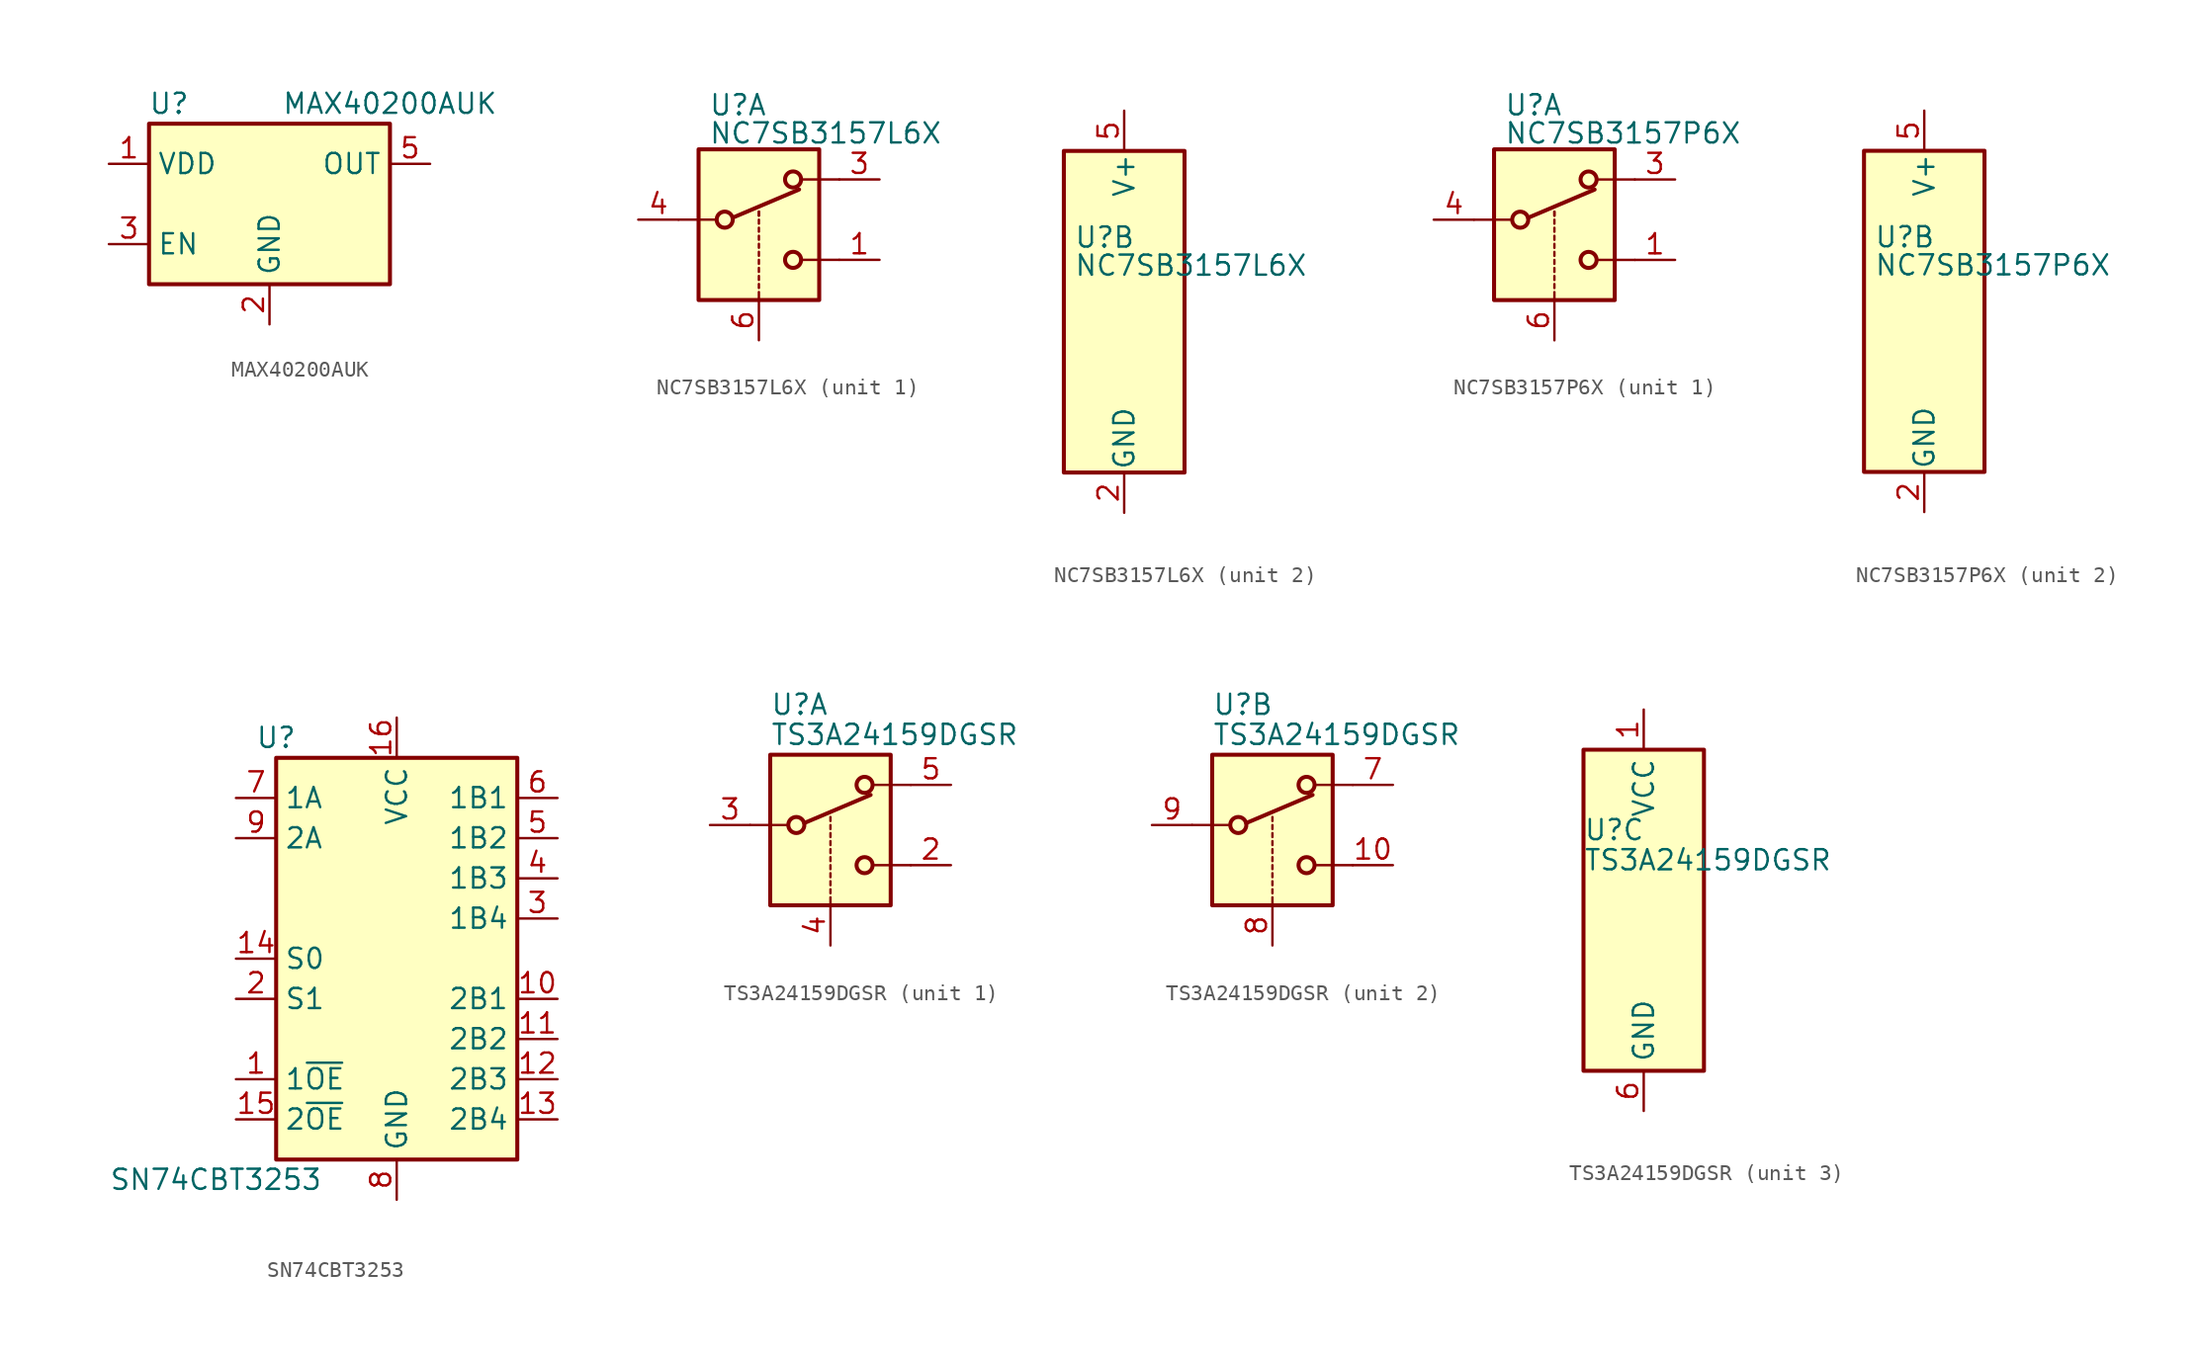
<source format=kicad_sym>
(kicad_symbol_lib
  (version 20211014)
  (generator kicad_symbol_editor)
  (symbol "MAX40200AUK"
    (property "Reference" "U"
      (at -6.35 6.35 0)
      (effects (font (size 1.27 1.27))))
    (property "Value" "MAX40200AUK"
      (at 7.62 6.35 0)
      (effects (font (size 1.27 1.27))))
    (symbol "MAX40200AUK_1_1"
      (rectangle (start -7.62 -5.08) (end 7.62 5.08) (stroke (width 0.254) (type default) (color 0 0 0 0)) (fill (type background)))
      (pin power_in line (at -10.16 2.54 0) (length 2.54) (name "VDD" (effects (font (size 1.27 1.27)))) (number "1" (effects (font (size 1.27 1.27)))))
      (pin power_in line (at 0 -7.62 90) (length 2.54) (name "GND" (effects (font (size 1.27 1.27)))) (number "2" (effects (font (size 1.27 1.27)))))
      (pin input line (at -10.16 -2.54 0) (length 2.54) (name "EN" (effects (font (size 1.27 1.27)))) (number "3" (effects (font (size 1.27 1.27)))))
      (pin no_connect line (at 7.62 -2.54 180) (length 2.54) hide (name "NC" (effects (font (size 1.27 1.27)))) (number "4" (effects (font (size 1.27 1.27)))))
      (pin passive line (at 10.16 2.54 180) (length 2.54) (name "OUT" (effects (font (size 1.27 1.27)))) (number "5" (effects (font (size 1.27 1.27)))))))
  (symbol "NC7SB3157L6X"
    (pin_names
      (offset 0.127))
    (property "Reference" "U"
      (at -3.175 4.699 0)
      (effects (font (size 1.27 1.27)) (justify left)))
    (property "Value" "NC7SB3157L6X"
      (at -3.175 2.921 0)
      (effects (font (size 1.27 1.27)) (justify left)))
    (symbol "NC7SB3157L6X_1_1"
      (rectangle (start -3.81 1.905) (end 3.81 -7.62) (stroke (width 0.254) (type default) (color 0 0 0 0)) (fill (type background)))
      (circle (center -2.159 -2.54) (radius 0.508) (stroke (width 0.254) (type default) (color 0 0 0 0)) (fill (type none)))
      (polyline (pts (xy -5.08 -2.54) (xy -2.794 -2.54)) (stroke (width 0) (type default) (color 0 0 0 0)) (fill (type none)))
      (polyline (pts (xy -1.651 -2.413) (xy 2.54 -0.635)) (stroke (width 0.254) (type default) (color 0 0 0 0)) (fill (type none)))
      (polyline (pts (xy 0 -7.62) (xy 0 -7.112)) (stroke (width 0) (type default) (color 0 0 0 0)) (fill (type none)))
      (polyline (pts (xy 0 -6.858) (xy 0 -6.604)) (stroke (width 0) (type default) (color 0 0 0 0)) (fill (type none)))
      (polyline (pts (xy 0 -6.35) (xy 0 -6.096)) (stroke (width 0) (type default) (color 0 0 0 0)) (fill (type none)))
      (polyline (pts (xy 0 -5.842) (xy 0 -5.588)) (stroke (width 0) (type default) (color 0 0 0 0)) (fill (type none)))
      (polyline (pts (xy 0 -5.334) (xy 0 -5.08)) (stroke (width 0) (type default) (color 0 0 0 0)) (fill (type none)))
      (polyline (pts (xy 0 -4.826) (xy 0 -4.572)) (stroke (width 0) (type default) (color 0 0 0 0)) (fill (type none)))
      (polyline (pts (xy 0 -4.318) (xy 0 -4.064)) (stroke (width 0) (type default) (color 0 0 0 0)) (fill (type none)))
      (polyline (pts (xy 0 -3.81) (xy 0 -3.556)) (stroke (width 0) (type default) (color 0 0 0 0)) (fill (type none)))
      (polyline (pts (xy 0 -3.302) (xy 0 -3.048)) (stroke (width 0) (type default) (color 0 0 0 0)) (fill (type none)))
      (polyline (pts (xy 0 -2.794) (xy 0 -2.54)) (stroke (width 0) (type default) (color 0 0 0 0)) (fill (type none)))
      (polyline (pts (xy 0 -2.286) (xy 0 -2.032)) (stroke (width 0) (type default) (color 0 0 0 0)) (fill (type none)))
      (polyline (pts (xy 0 -2.286) (xy 0 -2.032)) (stroke (width 0) (type default) (color 0 0 0 0)) (fill (type none)))
      (polyline (pts (xy 5.08 -5.08) (xy 2.794 -5.08)) (stroke (width 0) (type default) (color 0 0 0 0)) (fill (type none)))
      (polyline (pts (xy 5.08 0) (xy 2.794 0)) (stroke (width 0) (type default) (color 0 0 0 0)) (fill (type none)))
      (circle (center 2.159 -5.08) (radius 0.508) (stroke (width 0.254) (type default) (color 0 0 0 0)) (fill (type none)))
      (circle (center 2.159 0) (radius 0.508) (stroke (width 0.254) (type default) (color 0 0 0 0)) (fill (type none)))
      (pin passive line (at 7.62 -5.08 180) (length 2.54) (name "~" (effects (font (size 1.27 1.27)))) (number "1" (effects (font (size 1.27 1.27)))))
      (pin passive line (at 7.62 0 180) (length 2.54) (name "~" (effects (font (size 1.27 1.27)))) (number "3" (effects (font (size 1.27 1.27)))))
      (pin passive line (at -7.62 -2.54 0) (length 2.54) (name "~" (effects (font (size 1.27 1.27)))) (number "4" (effects (font (size 1.27 1.27)))))
      (pin input line (at 0 -10.16 90) (length 2.54) (name "~" (effects (font (size 1.27 1.27)))) (number "6" (effects (font (size 1.27 1.27))))))
    (symbol "NC7SB3157L6X_2_0"
      (pin power_in line (at 0 -12.7 90) (length 2.54) (name "GND" (effects (font (size 1.27 1.27)))) (number "2" (effects (font (size 1.27 1.27)))))
      (pin power_in line (at 0 12.7 270) (length 2.54) (name "V+" (effects (font (size 1.27 1.27)))) (number "5" (effects (font (size 1.27 1.27))))))
    (symbol "NC7SB3157L6X_2_1"
      (rectangle (start -3.81 10.16) (end 3.81 -10.16) (stroke (width 0.254) (type default) (color 0 0 0 0)) (fill (type background)))))
  (symbol "NC7SB3157P6X"
    (pin_names
      (offset 0.127))
    (property "Reference" "U"
      (at -3.175 4.699 0)
      (effects (font (size 1.27 1.27)) (justify left)))
    (property "Value" "NC7SB3157P6X"
      (at -3.175 2.921 0)
      (effects (font (size 1.27 1.27)) (justify left)))
    (symbol "NC7SB3157P6X_1_1"
      (rectangle (start -3.81 1.905) (end 3.81 -7.62) (stroke (width 0.254) (type default) (color 0 0 0 0)) (fill (type background)))
      (circle (center -2.159 -2.54) (radius 0.508) (stroke (width 0.254) (type default) (color 0 0 0 0)) (fill (type none)))
      (polyline (pts (xy -5.08 -2.54) (xy -2.794 -2.54)) (stroke (width 0) (type default) (color 0 0 0 0)) (fill (type none)))
      (polyline (pts (xy -1.651 -2.413) (xy 2.54 -0.635)) (stroke (width 0.254) (type default) (color 0 0 0 0)) (fill (type none)))
      (polyline (pts (xy 0 -7.62) (xy 0 -7.112)) (stroke (width 0) (type default) (color 0 0 0 0)) (fill (type none)))
      (polyline (pts (xy 0 -6.858) (xy 0 -6.604)) (stroke (width 0) (type default) (color 0 0 0 0)) (fill (type none)))
      (polyline (pts (xy 0 -6.35) (xy 0 -6.096)) (stroke (width 0) (type default) (color 0 0 0 0)) (fill (type none)))
      (polyline (pts (xy 0 -5.842) (xy 0 -5.588)) (stroke (width 0) (type default) (color 0 0 0 0)) (fill (type none)))
      (polyline (pts (xy 0 -5.334) (xy 0 -5.08)) (stroke (width 0) (type default) (color 0 0 0 0)) (fill (type none)))
      (polyline (pts (xy 0 -4.826) (xy 0 -4.572)) (stroke (width 0) (type default) (color 0 0 0 0)) (fill (type none)))
      (polyline (pts (xy 0 -4.318) (xy 0 -4.064)) (stroke (width 0) (type default) (color 0 0 0 0)) (fill (type none)))
      (polyline (pts (xy 0 -3.81) (xy 0 -3.556)) (stroke (width 0) (type default) (color 0 0 0 0)) (fill (type none)))
      (polyline (pts (xy 0 -3.302) (xy 0 -3.048)) (stroke (width 0) (type default) (color 0 0 0 0)) (fill (type none)))
      (polyline (pts (xy 0 -2.794) (xy 0 -2.54)) (stroke (width 0) (type default) (color 0 0 0 0)) (fill (type none)))
      (polyline (pts (xy 0 -2.286) (xy 0 -2.032)) (stroke (width 0) (type default) (color 0 0 0 0)) (fill (type none)))
      (polyline (pts (xy 0 -2.286) (xy 0 -2.032)) (stroke (width 0) (type default) (color 0 0 0 0)) (fill (type none)))
      (polyline (pts (xy 5.08 -5.08) (xy 2.794 -5.08)) (stroke (width 0) (type default) (color 0 0 0 0)) (fill (type none)))
      (polyline (pts (xy 5.08 0) (xy 2.794 0)) (stroke (width 0) (type default) (color 0 0 0 0)) (fill (type none)))
      (circle (center 2.159 -5.08) (radius 0.508) (stroke (width 0.254) (type default) (color 0 0 0 0)) (fill (type none)))
      (circle (center 2.159 0) (radius 0.508) (stroke (width 0.254) (type default) (color 0 0 0 0)) (fill (type none)))
      (pin passive line (at 7.62 -5.08 180) (length 2.54) (name "~" (effects (font (size 1.27 1.27)))) (number "1" (effects (font (size 1.27 1.27)))))
      (pin passive line (at 7.62 0 180) (length 2.54) (name "~" (effects (font (size 1.27 1.27)))) (number "3" (effects (font (size 1.27 1.27)))))
      (pin passive line (at -7.62 -2.54 0) (length 2.54) (name "~" (effects (font (size 1.27 1.27)))) (number "4" (effects (font (size 1.27 1.27)))))
      (pin input line (at 0 -10.16 90) (length 2.54) (name "~" (effects (font (size 1.27 1.27)))) (number "6" (effects (font (size 1.27 1.27))))))
    (symbol "NC7SB3157P6X_2_0"
      (pin power_in line (at 0 -12.7 90) (length 2.54) (name "GND" (effects (font (size 1.27 1.27)))) (number "2" (effects (font (size 1.27 1.27)))))
      (pin power_in line (at 0 12.7 270) (length 2.54) (name "V+" (effects (font (size 1.27 1.27)))) (number "5" (effects (font (size 1.27 1.27))))))
    (symbol "NC7SB3157P6X_2_1"
      (rectangle (start -3.81 10.16) (end 3.81 -10.16) (stroke (width 0.254) (type default) (color 0 0 0 0)) (fill (type background)))))
  (symbol "SN74CBT3253"
    (property "Reference" "U"
      (at -7.62 13.97 0)
      (effects (font (size 1.27 1.27))))
    (property "Value" "SN74CBT3253"
      (at -11.43 -13.97 0)
      (effects (font (size 1.27 1.27))))
    (symbol "SN74CBT3253_0_1"
      (rectangle (start -7.62 12.7) (end 7.62 -12.7) (stroke (width 0.254) (type default) (color 0 0 0 0)) (fill (type background)))
      (rectangle (start 7.62 -12.7) (end 7.62 -12.7) (stroke (width 0) (type default) (color 0 0 0 0)) (fill (type none))))
    (symbol "SN74CBT3253_1_1"
      (pin input line (at -10.16 -7.62 0) (length 2.54) (name "1~{OE}" (effects (font (size 1.27 1.27)))) (number "1" (effects (font (size 1.27 1.27)))))
      (pin bidirectional line (at 10.16 -2.54 180) (length 2.54) (name "2B1" (effects (font (size 1.27 1.27)))) (number "10" (effects (font (size 1.27 1.27)))))
      (pin bidirectional line (at 10.16 -5.08 180) (length 2.54) (name "2B2" (effects (font (size 1.27 1.27)))) (number "11" (effects (font (size 1.27 1.27)))))
      (pin bidirectional line (at 10.16 -7.62 180) (length 2.54) (name "2B3" (effects (font (size 1.27 1.27)))) (number "12" (effects (font (size 1.27 1.27)))))
      (pin bidirectional line (at 10.16 -10.16 180) (length 2.54) (name "2B4" (effects (font (size 1.27 1.27)))) (number "13" (effects (font (size 1.27 1.27)))))
      (pin input line (at -10.16 0 0) (length 2.54) (name "S0" (effects (font (size 1.27 1.27)))) (number "14" (effects (font (size 1.27 1.27)))))
      (pin input line (at -10.16 -10.16 0) (length 2.54) (name "2~{OE}" (effects (font (size 1.27 1.27)))) (number "15" (effects (font (size 1.27 1.27)))))
      (pin power_in line (at 0 15.24 270) (length 2.54) (name "VCC" (effects (font (size 1.27 1.27)))) (number "16" (effects (font (size 1.27 1.27)))))
      (pin input line (at -10.16 -2.54 0) (length 2.54) (name "S1" (effects (font (size 1.27 1.27)))) (number "2" (effects (font (size 1.27 1.27)))))
      (pin bidirectional line (at 10.16 2.54 180) (length 2.54) (name "1B4" (effects (font (size 1.27 1.27)))) (number "3" (effects (font (size 1.27 1.27)))))
      (pin bidirectional line (at 10.16 5.08 180) (length 2.54) (name "1B3" (effects (font (size 1.27 1.27)))) (number "4" (effects (font (size 1.27 1.27)))))
      (pin bidirectional line (at 10.16 7.62 180) (length 2.54) (name "1B2" (effects (font (size 1.27 1.27)))) (number "5" (effects (font (size 1.27 1.27)))))
      (pin bidirectional line (at 10.16 10.16 180) (length 2.54) (name "1B1" (effects (font (size 1.27 1.27)))) (number "6" (effects (font (size 1.27 1.27)))))
      (pin bidirectional line (at -10.16 10.16 0) (length 2.54) (name "1A" (effects (font (size 1.27 1.27)))) (number "7" (effects (font (size 1.27 1.27)))))
      (pin power_in line (at 0 -15.24 90) (length 2.54) (name "GND" (effects (font (size 1.27 1.27)))) (number "8" (effects (font (size 1.27 1.27)))))
      (pin bidirectional line (at -10.16 7.62 0) (length 2.54) (name "2A" (effects (font (size 1.27 1.27)))) (number "9" (effects (font (size 1.27 1.27)))))))
  (symbol "TS3A24159DGSR"
    (property "Reference" "U"
      (at -3.81 5.08 0)
      (effects (font (size 1.27 1.27)) (justify left)))
    (property "Value" "TS3A24159DGSR"
      (at -3.81 3.175 0)
      (effects (font (size 1.27 1.27)) (justify left)))
    (property "ki_locked" ""
      (at 0 0 0)
      (effects (font (size 1.27 1.27))))
    (symbol "TS3A24159DGSR_1_1"
      (rectangle (start -3.81 1.905) (end 3.81 -7.62) (stroke (width 0.254) (type default) (color 0 0 0 0)) (fill (type background)))
      (circle (center -2.159 -2.54) (radius 0.508) (stroke (width 0.254) (type default) (color 0 0 0 0)) (fill (type none)))
      (polyline (pts (xy -5.08 -2.54) (xy -2.794 -2.54)) (stroke (width 0) (type default) (color 0 0 0 0)) (fill (type none)))
      (polyline (pts (xy -1.651 -2.413) (xy 2.54 -0.635)) (stroke (width 0.254) (type default) (color 0 0 0 0)) (fill (type none)))
      (polyline (pts (xy 0 -7.62) (xy 0 -7.112)) (stroke (width 0) (type default) (color 0 0 0 0)) (fill (type none)))
      (polyline (pts (xy 0 -6.858) (xy 0 -6.604)) (stroke (width 0) (type default) (color 0 0 0 0)) (fill (type none)))
      (polyline (pts (xy 0 -6.35) (xy 0 -6.096)) (stroke (width 0) (type default) (color 0 0 0 0)) (fill (type none)))
      (polyline (pts (xy 0 -5.842) (xy 0 -5.588)) (stroke (width 0) (type default) (color 0 0 0 0)) (fill (type none)))
      (polyline (pts (xy 0 -5.334) (xy 0 -5.08)) (stroke (width 0) (type default) (color 0 0 0 0)) (fill (type none)))
      (polyline (pts (xy 0 -4.826) (xy 0 -4.572)) (stroke (width 0) (type default) (color 0 0 0 0)) (fill (type none)))
      (polyline (pts (xy 0 -4.318) (xy 0 -4.064)) (stroke (width 0) (type default) (color 0 0 0 0)) (fill (type none)))
      (polyline (pts (xy 0 -3.81) (xy 0 -3.556)) (stroke (width 0) (type default) (color 0 0 0 0)) (fill (type none)))
      (polyline (pts (xy 0 -3.302) (xy 0 -3.048)) (stroke (width 0) (type default) (color 0 0 0 0)) (fill (type none)))
      (polyline (pts (xy 0 -2.794) (xy 0 -2.54)) (stroke (width 0) (type default) (color 0 0 0 0)) (fill (type none)))
      (polyline (pts (xy 0 -2.286) (xy 0 -2.032)) (stroke (width 0) (type default) (color 0 0 0 0)) (fill (type none)))
      (polyline (pts (xy 5.08 -5.08) (xy 2.794 -5.08)) (stroke (width 0) (type default) (color 0 0 0 0)) (fill (type none)))
      (polyline (pts (xy 5.08 0) (xy 2.794 0)) (stroke (width 0) (type default) (color 0 0 0 0)) (fill (type none)))
      (circle (center 2.159 -5.08) (radius 0.508) (stroke (width 0.254) (type default) (color 0 0 0 0)) (fill (type none)))
      (circle (center 2.159 0) (radius 0.508) (stroke (width 0.254) (type default) (color 0 0 0 0)) (fill (type none)))
      (pin passive line (at 7.62 -5.08 180) (length 2.54) (name "~" (effects (font (size 1.27 1.27)))) (number "2" (effects (font (size 1.27 1.27)))))
      (pin passive line (at -7.62 -2.54 0) (length 2.54) (name "~" (effects (font (size 1.27 1.27)))) (number "3" (effects (font (size 1.27 1.27)))))
      (pin input line (at 0 -10.16 90) (length 2.54) (name "~" (effects (font (size 1.27 1.27)))) (number "4" (effects (font (size 1.27 1.27)))))
      (pin passive line (at 7.62 0 180) (length 2.54) (name "~" (effects (font (size 1.27 1.27)))) (number "5" (effects (font (size 1.27 1.27))))))
    (symbol "TS3A24159DGSR_2_1"
      (rectangle (start -3.81 1.905) (end 3.81 -7.62) (stroke (width 0.254) (type default) (color 0 0 0 0)) (fill (type background)))
      (circle (center -2.159 -2.54) (radius 0.508) (stroke (width 0.254) (type default) (color 0 0 0 0)) (fill (type none)))
      (polyline (pts (xy -5.08 -2.54) (xy -2.794 -2.54)) (stroke (width 0) (type default) (color 0 0 0 0)) (fill (type none)))
      (polyline (pts (xy -1.651 -2.413) (xy 2.54 -0.635)) (stroke (width 0.254) (type default) (color 0 0 0 0)) (fill (type none)))
      (polyline (pts (xy 0 -7.62) (xy 0 -7.112)) (stroke (width 0) (type default) (color 0 0 0 0)) (fill (type none)))
      (polyline (pts (xy 0 -6.858) (xy 0 -6.604)) (stroke (width 0) (type default) (color 0 0 0 0)) (fill (type none)))
      (polyline (pts (xy 0 -6.35) (xy 0 -6.096)) (stroke (width 0) (type default) (color 0 0 0 0)) (fill (type none)))
      (polyline (pts (xy 0 -5.842) (xy 0 -5.588)) (stroke (width 0) (type default) (color 0 0 0 0)) (fill (type none)))
      (polyline (pts (xy 0 -5.334) (xy 0 -5.08)) (stroke (width 0) (type default) (color 0 0 0 0)) (fill (type none)))
      (polyline (pts (xy 0 -4.826) (xy 0 -4.572)) (stroke (width 0) (type default) (color 0 0 0 0)) (fill (type none)))
      (polyline (pts (xy 0 -4.318) (xy 0 -4.064)) (stroke (width 0) (type default) (color 0 0 0 0)) (fill (type none)))
      (polyline (pts (xy 0 -3.81) (xy 0 -3.556)) (stroke (width 0) (type default) (color 0 0 0 0)) (fill (type none)))
      (polyline (pts (xy 0 -3.302) (xy 0 -3.048)) (stroke (width 0) (type default) (color 0 0 0 0)) (fill (type none)))
      (polyline (pts (xy 0 -2.794) (xy 0 -2.54)) (stroke (width 0) (type default) (color 0 0 0 0)) (fill (type none)))
      (polyline (pts (xy 0 -2.286) (xy 0 -2.032)) (stroke (width 0) (type default) (color 0 0 0 0)) (fill (type none)))
      (polyline (pts (xy 5.08 -5.08) (xy 2.794 -5.08)) (stroke (width 0) (type default) (color 0 0 0 0)) (fill (type none)))
      (polyline (pts (xy 5.08 0) (xy 2.794 0)) (stroke (width 0) (type default) (color 0 0 0 0)) (fill (type none)))
      (circle (center 2.159 -5.08) (radius 0.508) (stroke (width 0.254) (type default) (color 0 0 0 0)) (fill (type none)))
      (circle (center 2.159 0) (radius 0.508) (stroke (width 0.254) (type default) (color 0 0 0 0)) (fill (type none)))
      (pin passive line (at 7.62 -5.08 180) (length 2.54) (name "~" (effects (font (size 1.27 1.27)))) (number "10" (effects (font (size 1.27 1.27)))))
      (pin passive line (at 7.62 0 180) (length 2.54) (name "~" (effects (font (size 1.27 1.27)))) (number "7" (effects (font (size 1.27 1.27)))))
      (pin input line (at 0 -10.16 90) (length 2.54) (name "~" (effects (font (size 1.27 1.27)))) (number "8" (effects (font (size 1.27 1.27)))))
      (pin passive line (at -7.62 -2.54 0) (length 2.54) (name "~" (effects (font (size 1.27 1.27)))) (number "9" (effects (font (size 1.27 1.27))))))
    (symbol "TS3A24159DGSR_3_1"
      (rectangle (start -3.81 10.16) (end 3.81 -10.16) (stroke (width 0.254) (type default) (color 0 0 0 0)) (fill (type background)))
      (pin power_in line (at 0 12.7 270) (length 2.54) (name "VCC" (effects (font (size 1.27 1.27)))) (number "1" (effects (font (size 1.27 1.27)))))
      (pin power_in line (at 0 -12.7 90) (length 2.54) (name "GND" (effects (font (size 1.27 1.27)))) (number "6" (effects (font (size 1.27 1.27))))))))
</source>
